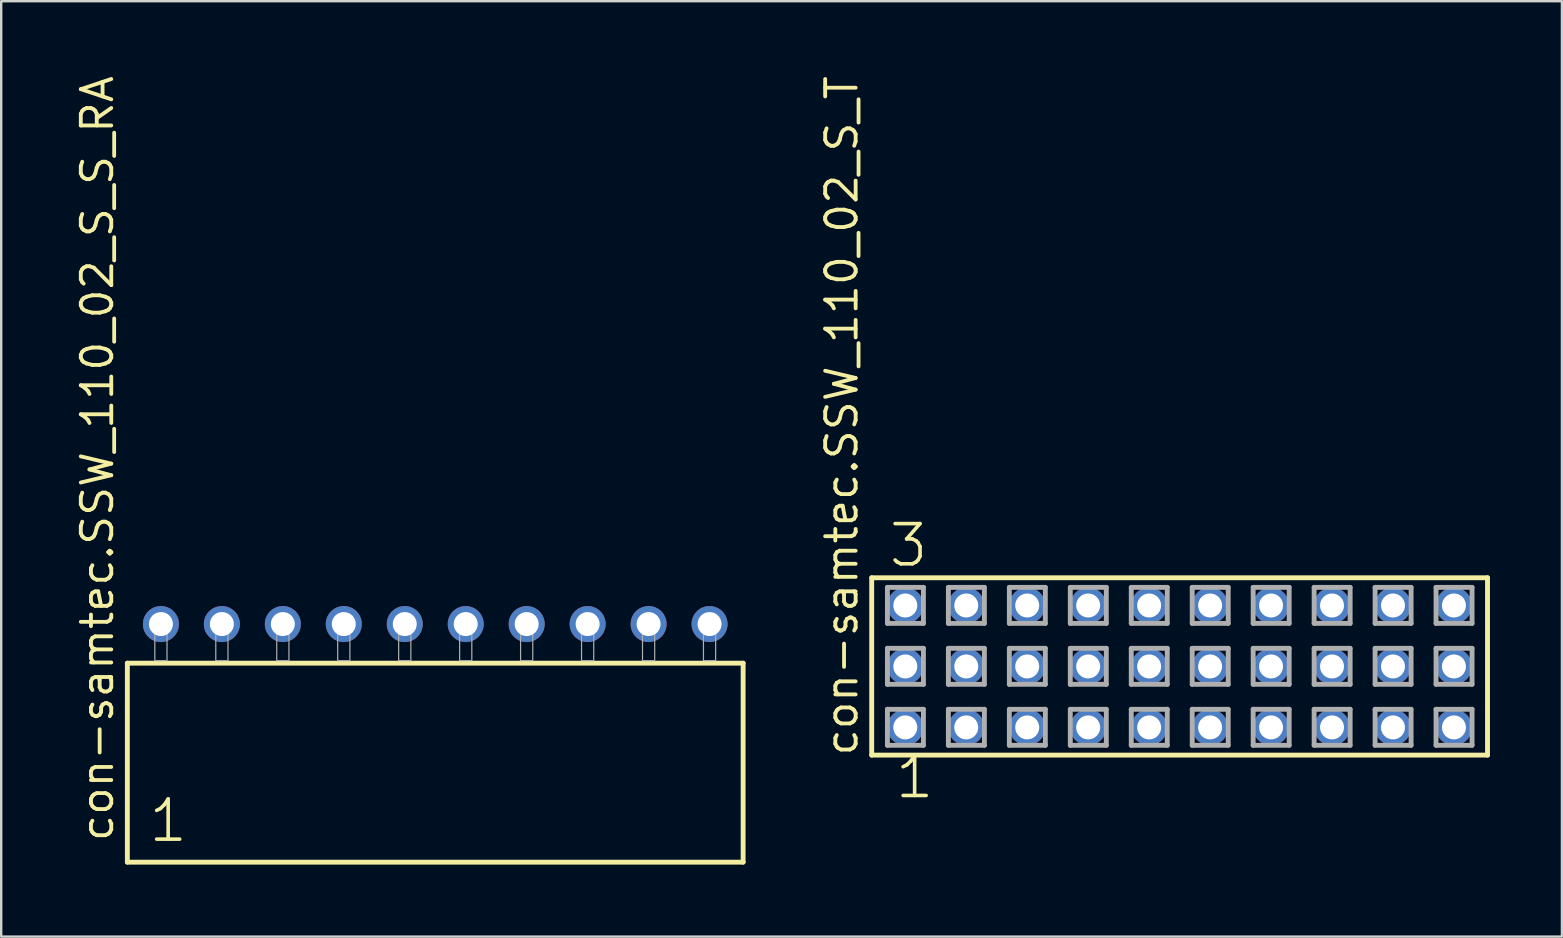
<source format=kicad_pcb>
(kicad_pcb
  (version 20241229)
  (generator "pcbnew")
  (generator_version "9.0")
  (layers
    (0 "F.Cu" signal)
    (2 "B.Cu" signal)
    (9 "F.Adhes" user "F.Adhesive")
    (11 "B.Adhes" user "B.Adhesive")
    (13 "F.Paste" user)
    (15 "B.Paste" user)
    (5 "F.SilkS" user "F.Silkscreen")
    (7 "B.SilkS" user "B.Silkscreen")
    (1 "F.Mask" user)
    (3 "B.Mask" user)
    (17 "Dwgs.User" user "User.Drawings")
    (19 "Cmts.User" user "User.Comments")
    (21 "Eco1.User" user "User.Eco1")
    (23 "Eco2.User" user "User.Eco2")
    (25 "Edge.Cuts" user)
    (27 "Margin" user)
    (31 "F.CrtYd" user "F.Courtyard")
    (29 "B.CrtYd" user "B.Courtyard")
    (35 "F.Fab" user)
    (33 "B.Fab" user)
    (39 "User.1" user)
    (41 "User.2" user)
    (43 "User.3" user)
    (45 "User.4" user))
  (footprint "con-samtec.SSW_110_02_S_S_RA"
    (layer "F.Cu")
    (at 15.085 24.477)
    (property "Reference" "con-samtec.SSW_110_02_S_S_RA" (at -13.335 7.62 90) (layer "F.SilkS") (effects (font (size 1.27 1.27) (thickness 0.16)) (justify left bottom)))
    (attr through_hole)
    (fp_line (start -12.829 0.106) (end -12.829 8.396) (stroke (width 0.203) (type default)) (layer "F.SilkS"))
    (fp_line (start -12.829 8.396) (end 12.829 8.396) (stroke (width 0.203) (type default)) (layer "F.SilkS"))
    (fp_line (start 12.829 0.106) (end -12.829 0.106) (stroke (width 0.203) (type default)) (layer "F.SilkS"))
    (fp_line (start 12.829 8.396) (end 12.829 0.106) (stroke (width 0.203) (type default)) (layer "F.SilkS"))
    (fp_rect (start -11.684 0) (end -11.176 -1.778) (stroke (width 0.05) (type default)) (fill no) (layer "F.Fab"))
    (fp_rect (start -9.144 0) (end -8.636 -1.778) (stroke (width 0.05) (type default)) (fill no) (layer "F.Fab"))
    (fp_rect (start -6.604 0) (end -6.096 -1.778) (stroke (width 0.05) (type default)) (fill no) (layer "F.Fab"))
    (fp_rect (start -4.064 0) (end -3.556 -1.778) (stroke (width 0.05) (type default)) (fill no) (layer "F.Fab"))
    (fp_rect (start -1.524 0) (end -1.016 -1.778) (stroke (width 0.05) (type default)) (fill no) (layer "F.Fab"))
    (fp_rect (start 1.016 0) (end 1.524 -1.778) (stroke (width 0.05) (type default)) (fill no) (layer "F.Fab"))
    (fp_rect (start 3.556 0) (end 4.064 -1.778) (stroke (width 0.05) (type default)) (fill no) (layer "F.Fab"))
    (fp_rect (start 6.096 0) (end 6.604 -1.778) (stroke (width 0.05) (type default)) (fill no) (layer "F.Fab"))
    (fp_rect (start 8.636 0) (end 9.144 -1.778) (stroke (width 0.05) (type default)) (fill no) (layer "F.Fab"))
    (fp_rect (start 11.176 0) (end 11.684 -1.778) (stroke (width 0.05) (type default)) (fill no) (layer "F.Fab"))
    (fp_text user "1" (at -12.025 7.65 0) (layer "F.SilkS") (effects (font (size 1.676 1.676) (thickness 0.15)) (justify left bottom)))
    (pad "1" thru_hole circle (at -11.43 -1.524) (size 1.5 1.5) (drill 1) (layers "*.Cu" "*.Mask"))
    (pad "2" thru_hole circle (at -8.89 -1.524) (size 1.5 1.5) (drill 1) (layers "*.Cu" "*.Mask"))
    (pad "3" thru_hole circle (at -6.35 -1.524) (size 1.5 1.5) (drill 1) (layers "*.Cu" "*.Mask"))
    (pad "4" thru_hole circle (at -3.81 -1.524) (size 1.5 1.5) (drill 1) (layers "*.Cu" "*.Mask"))
    (pad "5" thru_hole circle (at -1.27 -1.524) (size 1.5 1.5) (drill 1) (layers "*.Cu" "*.Mask"))
    (pad "6" thru_hole circle (at 1.27 -1.524) (size 1.5 1.5) (drill 1) (layers "*.Cu" "*.Mask"))
    (pad "7" thru_hole circle (at 3.81 -1.524) (size 1.5 1.5) (drill 1) (layers "*.Cu" "*.Mask"))
    (pad "8" thru_hole circle (at 6.35 -1.524) (size 1.5 1.5) (drill 1) (layers "*.Cu" "*.Mask"))
    (pad "9" thru_hole circle (at 8.89 -1.524) (size 1.5 1.5) (drill 1) (layers "*.Cu" "*.Mask"))
    (pad "10" thru_hole circle (at 11.43 -1.524) (size 1.5 1.5) (drill 1) (layers "*.Cu" "*.Mask")))
  (footprint "con-samtec.SSW_110_02_S_T"
    (layer "F.Cu")
    (at 46.101 24.719)
    (property "Reference" "con-samtec.SSW_110_02_S_T" (at -13.335 3.81 90) (layer "F.SilkS") (effects (font (size 1.27 1.27) (thickness 0.16)) (justify left bottom)))
    (attr through_hole)
    (fp_line (start -12.829 -3.695) (end 12.829 -3.695) (stroke (width 0.203) (type default)) (layer "F.SilkS"))
    (fp_line (start -12.829 3.695) (end -12.829 -3.695) (stroke (width 0.203) (type default)) (layer "F.SilkS"))
    (fp_line (start 12.829 -3.695) (end 12.829 3.695) (stroke (width 0.203) (type default)) (layer "F.SilkS"))
    (fp_line (start 12.829 3.695) (end -12.829 3.695) (stroke (width 0.203) (type default)) (layer "F.SilkS"))
    (fp_line (start -12.175 -3.295) (end -10.675 -3.295) (stroke (width 0.203) (type default)) (layer "F.Fab"))
    (fp_line (start -12.175 -1.795) (end -12.175 -3.295) (stroke (width 0.203) (type default)) (layer "F.Fab"))
    (fp_line (start -12.175 -0.755) (end -10.675 -0.755) (stroke (width 0.203) (type default)) (layer "F.Fab"))
    (fp_line (start -12.175 0.745) (end -12.175 -0.755) (stroke (width 0.203) (type default)) (layer "F.Fab"))
    (fp_line (start -12.175 1.785) (end -10.675 1.785) (stroke (width 0.203) (type default)) (layer "F.Fab"))
    (fp_line (start -12.175 3.285) (end -12.175 1.785) (stroke (width 0.203) (type default)) (layer "F.Fab"))
    (fp_line (start -10.675 -3.295) (end -10.675 -1.795) (stroke (width 0.203) (type default)) (layer "F.Fab"))
    (fp_line (start -10.675 -1.795) (end -12.175 -1.795) (stroke (width 0.203) (type default)) (layer "F.Fab"))
    (fp_line (start -10.675 -0.755) (end -10.675 0.745) (stroke (width 0.203) (type default)) (layer "F.Fab"))
    (fp_line (start -10.675 0.745) (end -12.175 0.745) (stroke (width 0.203) (type default)) (layer "F.Fab"))
    (fp_line (start -10.675 1.785) (end -10.675 3.285) (stroke (width 0.203) (type default)) (layer "F.Fab"))
    (fp_line (start -10.675 3.285) (end -12.175 3.285) (stroke (width 0.203) (type default)) (layer "F.Fab"))
    (fp_line (start -9.635 -3.295) (end -8.135 -3.295) (stroke (width 0.203) (type default)) (layer "F.Fab"))
    (fp_line (start -9.635 -1.795) (end -9.635 -3.295) (stroke (width 0.203) (type default)) (layer "F.Fab"))
    (fp_line (start -9.635 -0.755) (end -8.135 -0.755) (stroke (width 0.203) (type default)) (layer "F.Fab"))
    (fp_line (start -9.635 0.745) (end -9.635 -0.755) (stroke (width 0.203) (type default)) (layer "F.Fab"))
    (fp_line (start -9.635 1.785) (end -8.135 1.785) (stroke (width 0.203) (type default)) (layer "F.Fab"))
    (fp_line (start -9.635 3.285) (end -9.635 1.785) (stroke (width 0.203) (type default)) (layer "F.Fab"))
    (fp_line (start -8.135 -3.295) (end -8.135 -1.795) (stroke (width 0.203) (type default)) (layer "F.Fab"))
    (fp_line (start -8.135 -1.795) (end -9.635 -1.795) (stroke (width 0.203) (type default)) (layer "F.Fab"))
    (fp_line (start -8.135 -0.755) (end -8.135 0.745) (stroke (width 0.203) (type default)) (layer "F.Fab"))
    (fp_line (start -8.135 0.745) (end -9.635 0.745) (stroke (width 0.203) (type default)) (layer "F.Fab"))
    (fp_line (start -8.135 1.785) (end -8.135 3.285) (stroke (width 0.203) (type default)) (layer "F.Fab"))
    (fp_line (start -8.135 3.285) (end -9.635 3.285) (stroke (width 0.203) (type default)) (layer "F.Fab"))
    (fp_line (start -7.095 -3.295) (end -5.595 -3.295) (stroke (width 0.203) (type default)) (layer "F.Fab"))
    (fp_line (start -7.095 -1.795) (end -7.095 -3.295) (stroke (width 0.203) (type default)) (layer "F.Fab"))
    (fp_line (start -7.095 -0.755) (end -5.595 -0.755) (stroke (width 0.203) (type default)) (layer "F.Fab"))
    (fp_line (start -7.095 0.745) (end -7.095 -0.755) (stroke (width 0.203) (type default)) (layer "F.Fab"))
    (fp_line (start -7.095 1.785) (end -5.595 1.785) (stroke (width 0.203) (type default)) (layer "F.Fab"))
    (fp_line (start -7.095 3.285) (end -7.095 1.785) (stroke (width 0.203) (type default)) (layer "F.Fab"))
    (fp_line (start -5.595 -3.295) (end -5.595 -1.795) (stroke (width 0.203) (type default)) (layer "F.Fab"))
    (fp_line (start -5.595 -1.795) (end -7.095 -1.795) (stroke (width 0.203) (type default)) (layer "F.Fab"))
    (fp_line (start -5.595 -0.755) (end -5.595 0.745) (stroke (width 0.203) (type default)) (layer "F.Fab"))
    (fp_line (start -5.595 0.745) (end -7.095 0.745) (stroke (width 0.203) (type default)) (layer "F.Fab"))
    (fp_line (start -5.595 1.785) (end -5.595 3.285) (stroke (width 0.203) (type default)) (layer "F.Fab"))
    (fp_line (start -5.595 3.285) (end -7.095 3.285) (stroke (width 0.203) (type default)) (layer "F.Fab"))
    (fp_line (start -4.555 -3.295) (end -3.055 -3.295) (stroke (width 0.203) (type default)) (layer "F.Fab"))
    (fp_line (start -4.555 -1.795) (end -4.555 -3.295) (stroke (width 0.203) (type default)) (layer "F.Fab"))
    (fp_line (start -4.555 -0.755) (end -3.055 -0.755) (stroke (width 0.203) (type default)) (layer "F.Fab"))
    (fp_line (start -4.555 0.745) (end -4.555 -0.755) (stroke (width 0.203) (type default)) (layer "F.Fab"))
    (fp_line (start -4.555 1.785) (end -3.055 1.785) (stroke (width 0.203) (type default)) (layer "F.Fab"))
    (fp_line (start -4.555 3.285) (end -4.555 1.785) (stroke (width 0.203) (type default)) (layer "F.Fab"))
    (fp_line (start -3.055 -3.295) (end -3.055 -1.795) (stroke (width 0.203) (type default)) (layer "F.Fab"))
    (fp_line (start -3.055 -1.795) (end -4.555 -1.795) (stroke (width 0.203) (type default)) (layer "F.Fab"))
    (fp_line (start -3.055 -0.755) (end -3.055 0.745) (stroke (width 0.203) (type default)) (layer "F.Fab"))
    (fp_line (start -3.055 0.745) (end -4.555 0.745) (stroke (width 0.203) (type default)) (layer "F.Fab"))
    (fp_line (start -3.055 1.785) (end -3.055 3.285) (stroke (width 0.203) (type default)) (layer "F.Fab"))
    (fp_line (start -3.055 3.285) (end -4.555 3.285) (stroke (width 0.203) (type default)) (layer "F.Fab"))
    (fp_line (start -2.015 -3.295) (end -0.515 -3.295) (stroke (width 0.203) (type default)) (layer "F.Fab"))
    (fp_line (start -2.015 -1.795) (end -2.015 -3.295) (stroke (width 0.203) (type default)) (layer "F.Fab"))
    (fp_line (start -2.015 -0.755) (end -0.515 -0.755) (stroke (width 0.203) (type default)) (layer "F.Fab"))
    (fp_line (start -2.015 0.745) (end -2.015 -0.755) (stroke (width 0.203) (type default)) (layer "F.Fab"))
    (fp_line (start -2.015 1.785) (end -0.515 1.785) (stroke (width 0.203) (type default)) (layer "F.Fab"))
    (fp_line (start -2.015 3.285) (end -2.015 1.785) (stroke (width 0.203) (type default)) (layer "F.Fab"))
    (fp_line (start -0.515 -3.295) (end -0.515 -1.795) (stroke (width 0.203) (type default)) (layer "F.Fab"))
    (fp_line (start -0.515 -1.795) (end -2.015 -1.795) (stroke (width 0.203) (type default)) (layer "F.Fab"))
    (fp_line (start -0.515 -0.755) (end -0.515 0.745) (stroke (width 0.203) (type default)) (layer "F.Fab"))
    (fp_line (start -0.515 0.745) (end -2.015 0.745) (stroke (width 0.203) (type default)) (layer "F.Fab"))
    (fp_line (start -0.515 1.785) (end -0.515 3.285) (stroke (width 0.203) (type default)) (layer "F.Fab"))
    (fp_line (start -0.515 3.285) (end -2.015 3.285) (stroke (width 0.203) (type default)) (layer "F.Fab"))
    (fp_line (start 0.525 -3.295) (end 2.025 -3.295) (stroke (width 0.203) (type default)) (layer "F.Fab"))
    (fp_line (start 0.525 -1.795) (end 0.525 -3.295) (stroke (width 0.203) (type default)) (layer "F.Fab"))
    (fp_line (start 0.525 -0.755) (end 2.025 -0.755) (stroke (width 0.203) (type default)) (layer "F.Fab"))
    (fp_line (start 0.525 0.745) (end 0.525 -0.755) (stroke (width 0.203) (type default)) (layer "F.Fab"))
    (fp_line (start 0.525 1.785) (end 2.025 1.785) (stroke (width 0.203) (type default)) (layer "F.Fab"))
    (fp_line (start 0.525 3.285) (end 0.525 1.785) (stroke (width 0.203) (type default)) (layer "F.Fab"))
    (fp_line (start 2.025 -3.295) (end 2.025 -1.795) (stroke (width 0.203) (type default)) (layer "F.Fab"))
    (fp_line (start 2.025 -1.795) (end 0.525 -1.795) (stroke (width 0.203) (type default)) (layer "F.Fab"))
    (fp_line (start 2.025 -0.755) (end 2.025 0.745) (stroke (width 0.203) (type default)) (layer "F.Fab"))
    (fp_line (start 2.025 0.745) (end 0.525 0.745) (stroke (width 0.203) (type default)) (layer "F.Fab"))
    (fp_line (start 2.025 1.785) (end 2.025 3.285) (stroke (width 0.203) (type default)) (layer "F.Fab"))
    (fp_line (start 2.025 3.285) (end 0.525 3.285) (stroke (width 0.203) (type default)) (layer "F.Fab"))
    (fp_line (start 3.065 -3.295) (end 4.565 -3.295) (stroke (width 0.203) (type default)) (layer "F.Fab"))
    (fp_line (start 3.065 -1.795) (end 3.065 -3.295) (stroke (width 0.203) (type default)) (layer "F.Fab"))
    (fp_line (start 3.065 -0.755) (end 4.565 -0.755) (stroke (width 0.203) (type default)) (layer "F.Fab"))
    (fp_line (start 3.065 0.745) (end 3.065 -0.755) (stroke (width 0.203) (type default)) (layer "F.Fab"))
    (fp_line (start 3.065 1.785) (end 4.565 1.785) (stroke (width 0.203) (type default)) (layer "F.Fab"))
    (fp_line (start 3.065 3.285) (end 3.065 1.785) (stroke (width 0.203) (type default)) (layer "F.Fab"))
    (fp_line (start 4.565 -3.295) (end 4.565 -1.795) (stroke (width 0.203) (type default)) (layer "F.Fab"))
    (fp_line (start 4.565 -1.795) (end 3.065 -1.795) (stroke (width 0.203) (type default)) (layer "F.Fab"))
    (fp_line (start 4.565 -0.755) (end 4.565 0.745) (stroke (width 0.203) (type default)) (layer "F.Fab"))
    (fp_line (start 4.565 0.745) (end 3.065 0.745) (stroke (width 0.203) (type default)) (layer "F.Fab"))
    (fp_line (start 4.565 1.785) (end 4.565 3.285) (stroke (width 0.203) (type default)) (layer "F.Fab"))
    (fp_line (start 4.565 3.285) (end 3.065 3.285) (stroke (width 0.203) (type default)) (layer "F.Fab"))
    (fp_line (start 5.605 -3.295) (end 7.105 -3.295) (stroke (width 0.203) (type default)) (layer "F.Fab"))
    (fp_line (start 5.605 -1.795) (end 5.605 -3.295) (stroke (width 0.203) (type default)) (layer "F.Fab"))
    (fp_line (start 5.605 -0.755) (end 7.105 -0.755) (stroke (width 0.203) (type default)) (layer "F.Fab"))
    (fp_line (start 5.605 0.745) (end 5.605 -0.755) (stroke (width 0.203) (type default)) (layer "F.Fab"))
    (fp_line (start 5.605 1.785) (end 7.105 1.785) (stroke (width 0.203) (type default)) (layer "F.Fab"))
    (fp_line (start 5.605 3.285) (end 5.605 1.785) (stroke (width 0.203) (type default)) (layer "F.Fab"))
    (fp_line (start 7.105 -3.295) (end 7.105 -1.795) (stroke (width 0.203) (type default)) (layer "F.Fab"))
    (fp_line (start 7.105 -1.795) (end 5.605 -1.795) (stroke (width 0.203) (type default)) (layer "F.Fab"))
    (fp_line (start 7.105 -0.755) (end 7.105 0.745) (stroke (width 0.203) (type default)) (layer "F.Fab"))
    (fp_line (start 7.105 0.745) (end 5.605 0.745) (stroke (width 0.203) (type default)) (layer "F.Fab"))
    (fp_line (start 7.105 1.785) (end 7.105 3.285) (stroke (width 0.203) (type default)) (layer "F.Fab"))
    (fp_line (start 7.105 3.285) (end 5.605 3.285) (stroke (width 0.203) (type default)) (layer "F.Fab"))
    (fp_line (start 8.145 -3.295) (end 9.645 -3.295) (stroke (width 0.203) (type default)) (layer "F.Fab"))
    (fp_line (start 8.145 -1.795) (end 8.145 -3.295) (stroke (width 0.203) (type default)) (layer "F.Fab"))
    (fp_line (start 8.145 -0.755) (end 9.645 -0.755) (stroke (width 0.203) (type default)) (layer "F.Fab"))
    (fp_line (start 8.145 0.745) (end 8.145 -0.755) (stroke (width 0.203) (type default)) (layer "F.Fab"))
    (fp_line (start 8.145 1.785) (end 9.645 1.785) (stroke (width 0.203) (type default)) (layer "F.Fab"))
    (fp_line (start 8.145 3.285) (end 8.145 1.785) (stroke (width 0.203) (type default)) (layer "F.Fab"))
    (fp_line (start 9.645 -3.295) (end 9.645 -1.795) (stroke (width 0.203) (type default)) (layer "F.Fab"))
    (fp_line (start 9.645 -1.795) (end 8.145 -1.795) (stroke (width 0.203) (type default)) (layer "F.Fab"))
    (fp_line (start 9.645 -0.755) (end 9.645 0.745) (stroke (width 0.203) (type default)) (layer "F.Fab"))
    (fp_line (start 9.645 0.745) (end 8.145 0.745) (stroke (width 0.203) (type default)) (layer "F.Fab"))
    (fp_line (start 9.645 1.785) (end 9.645 3.285) (stroke (width 0.203) (type default)) (layer "F.Fab"))
    (fp_line (start 9.645 3.285) (end 8.145 3.285) (stroke (width 0.203) (type default)) (layer "F.Fab"))
    (fp_line (start 10.685 -3.295) (end 12.185 -3.295) (stroke (width 0.203) (type default)) (layer "F.Fab"))
    (fp_line (start 10.685 -1.795) (end 10.685 -3.295) (stroke (width 0.203) (type default)) (layer "F.Fab"))
    (fp_line (start 10.685 -0.755) (end 12.185 -0.755) (stroke (width 0.203) (type default)) (layer "F.Fab"))
    (fp_line (start 10.685 0.745) (end 10.685 -0.755) (stroke (width 0.203) (type default)) (layer "F.Fab"))
    (fp_line (start 10.685 1.785) (end 12.185 1.785) (stroke (width 0.203) (type default)) (layer "F.Fab"))
    (fp_line (start 10.685 3.285) (end 10.685 1.785) (stroke (width 0.203) (type default)) (layer "F.Fab"))
    (fp_line (start 12.185 -3.295) (end 12.185 -1.795) (stroke (width 0.203) (type default)) (layer "F.Fab"))
    (fp_line (start 12.185 -1.795) (end 10.685 -1.795) (stroke (width 0.203) (type default)) (layer "F.Fab"))
    (fp_line (start 12.185 -0.755) (end 12.185 0.745) (stroke (width 0.203) (type default)) (layer "F.Fab"))
    (fp_line (start 12.185 0.745) (end 10.685 0.745) (stroke (width 0.203) (type default)) (layer "F.Fab"))
    (fp_line (start 12.185 1.785) (end 12.185 3.285) (stroke (width 0.203) (type default)) (layer "F.Fab"))
    (fp_line (start 12.185 3.285) (end 10.685 3.285) (stroke (width 0.203) (type default)) (layer "F.Fab"))
    (fp_text user "3" (at -12.192 -4.064 0) (layer "F.SilkS") (effects (font (size 1.676 1.676) (thickness 0.15)) (justify left bottom)))
    (fp_text user "1" (at -11.938 5.588 0) (layer "F.SilkS") (effects (font (size 1.676 1.676) (thickness 0.15)) (justify left bottom)))
    (pad "1" thru_hole circle (at -11.43 2.54) (size 1.5 1.5) (drill 1) (layers "*.Cu" "*.Mask"))
    (pad "2" thru_hole circle (at -11.43 0) (size 1.5 1.5) (drill 1) (layers "*.Cu" "*.Mask"))
    (pad "3" thru_hole circle (at -11.43 -2.54) (size 1.5 1.5) (drill 1) (layers "*.Cu" "*.Mask"))
    (pad "4" thru_hole circle (at -8.89 2.54) (size 1.5 1.5) (drill 1) (layers "*.Cu" "*.Mask"))
    (pad "5" thru_hole circle (at -8.89 0) (size 1.5 1.5) (drill 1) (layers "*.Cu" "*.Mask"))
    (pad "6" thru_hole circle (at -8.89 -2.54) (size 1.5 1.5) (drill 1) (layers "*.Cu" "*.Mask"))
    (pad "7" thru_hole circle (at -6.35 2.54) (size 1.5 1.5) (drill 1) (layers "*.Cu" "*.Mask"))
    (pad "8" thru_hole circle (at -6.35 0) (size 1.5 1.5) (drill 1) (layers "*.Cu" "*.Mask"))
    (pad "9" thru_hole circle (at -6.35 -2.54) (size 1.5 1.5) (drill 1) (layers "*.Cu" "*.Mask"))
    (pad "10" thru_hole circle (at -3.81 2.54) (size 1.5 1.5) (drill 1) (layers "*.Cu" "*.Mask"))
    (pad "11" thru_hole circle (at -3.81 0) (size 1.5 1.5) (drill 1) (layers "*.Cu" "*.Mask"))
    (pad "12" thru_hole circle (at -3.81 -2.54) (size 1.5 1.5) (drill 1) (layers "*.Cu" "*.Mask"))
    (pad "13" thru_hole circle (at -1.27 2.54) (size 1.5 1.5) (drill 1) (layers "*.Cu" "*.Mask"))
    (pad "14" thru_hole circle (at -1.27 0) (size 1.5 1.5) (drill 1) (layers "*.Cu" "*.Mask"))
    (pad "15" thru_hole circle (at -1.27 -2.54) (size 1.5 1.5) (drill 1) (layers "*.Cu" "*.Mask"))
    (pad "16" thru_hole circle (at 1.27 2.54) (size 1.5 1.5) (drill 1) (layers "*.Cu" "*.Mask"))
    (pad "17" thru_hole circle (at 1.27 0) (size 1.5 1.5) (drill 1) (layers "*.Cu" "*.Mask"))
    (pad "18" thru_hole circle (at 1.27 -2.54) (size 1.5 1.5) (drill 1) (layers "*.Cu" "*.Mask"))
    (pad "19" thru_hole circle (at 3.81 2.54) (size 1.5 1.5) (drill 1) (layers "*.Cu" "*.Mask"))
    (pad "20" thru_hole circle (at 3.81 0) (size 1.5 1.5) (drill 1) (layers "*.Cu" "*.Mask"))
    (pad "21" thru_hole circle (at 3.81 -2.54) (size 1.5 1.5) (drill 1) (layers "*.Cu" "*.Mask"))
    (pad "22" thru_hole circle (at 6.35 2.54) (size 1.5 1.5) (drill 1) (layers "*.Cu" "*.Mask"))
    (pad "23" thru_hole circle (at 6.35 0) (size 1.5 1.5) (drill 1) (layers "*.Cu" "*.Mask"))
    (pad "24" thru_hole circle (at 6.35 -2.54) (size 1.5 1.5) (drill 1) (layers "*.Cu" "*.Mask"))
    (pad "25" thru_hole circle (at 8.89 2.54) (size 1.5 1.5) (drill 1) (layers "*.Cu" "*.Mask"))
    (pad "26" thru_hole circle (at 8.89 0) (size 1.5 1.5) (drill 1) (layers "*.Cu" "*.Mask"))
    (pad "27" thru_hole circle (at 8.89 -2.54) (size 1.5 1.5) (drill 1) (layers "*.Cu" "*.Mask"))
    (pad "28" thru_hole circle (at 11.43 2.54) (size 1.5 1.5) (drill 1) (layers "*.Cu" "*.Mask"))
    (pad "29" thru_hole circle (at 11.43 0) (size 1.5 1.5) (drill 1) (layers "*.Cu" "*.Mask"))
    (pad "30" thru_hole circle (at 11.43 -2.54) (size 1.5 1.5) (drill 1) (layers "*.Cu" "*.Mask")))
  (gr_rect
    (start -3 -3)
    (end 62.031 35.975)
    (stroke (width 0.1) (type default))
    (fill no)
    (layer "Edge.Cuts")))
</source>
